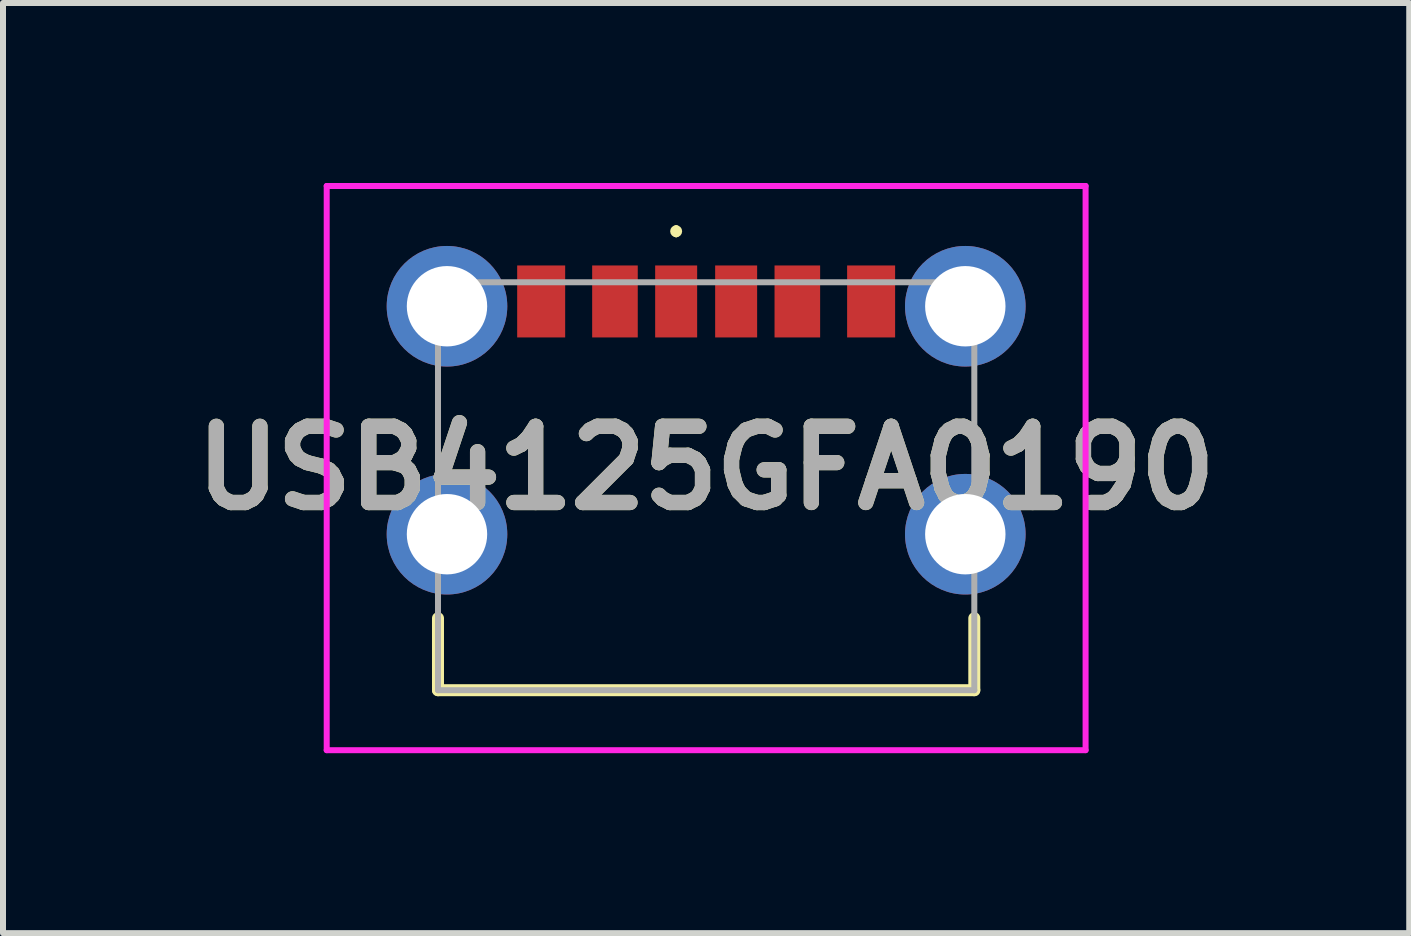
<source format=kicad_pcb>
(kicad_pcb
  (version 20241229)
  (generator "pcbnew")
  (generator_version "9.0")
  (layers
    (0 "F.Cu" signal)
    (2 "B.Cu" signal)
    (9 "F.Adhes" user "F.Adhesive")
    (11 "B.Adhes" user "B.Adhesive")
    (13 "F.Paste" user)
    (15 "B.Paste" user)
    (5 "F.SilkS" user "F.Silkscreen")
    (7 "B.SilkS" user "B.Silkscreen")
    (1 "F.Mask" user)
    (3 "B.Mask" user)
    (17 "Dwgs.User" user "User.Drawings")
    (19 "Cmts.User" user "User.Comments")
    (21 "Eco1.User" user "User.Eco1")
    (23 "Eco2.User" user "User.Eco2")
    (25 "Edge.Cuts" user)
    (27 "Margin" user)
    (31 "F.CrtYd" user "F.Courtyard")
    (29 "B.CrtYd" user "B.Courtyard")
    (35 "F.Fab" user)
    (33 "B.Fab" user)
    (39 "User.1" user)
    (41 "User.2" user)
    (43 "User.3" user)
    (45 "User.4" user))
  (footprint "USB4125GFA0190"
    (layer "F.Cu")
    (at 8.721 5.055)
    (property "Reference" "USB4125GFA0190" (at 0 -0.303 0) (layer "F.SilkS") (effects (font (size 1.27 1.27) (thickness 0.254))))
    (attr through_hole)
    (fp_line (start -4.47 2.2) (end -4.47 3.4) (stroke (width 0.2) (type solid)) (layer "F.SilkS"))
    (fp_line (start -4.47 3.4) (end 4.47 3.4) (stroke (width 0.2) (type solid)) (layer "F.SilkS"))
    (fp_line (start -0.5 -4.3) (end -0.5 -4.3) (stroke (width 0.1) (type solid)) (layer "F.SilkS"))
    (fp_line (start -0.5 -4.2) (end -0.5 -4.2) (stroke (width 0.1) (type solid)) (layer "F.SilkS"))
    (fp_line (start 4.47 3.4) (end 4.47 2.2) (stroke (width 0.2) (type solid)) (layer "F.SilkS"))
    (fp_arc (start -0.5 -4.3) (mid -0.45 -4.25) (end -0.5 -4.2) (stroke (width 0.1) (type solid)) (layer "F.SilkS"))
    (fp_arc (start -0.5 -4.2) (mid -0.55 -4.25) (end -0.5 -4.3) (stroke (width 0.1) (type solid)) (layer "F.SilkS"))
    (fp_line (start -6.325 -5.005) (end 6.325 -5.005) (stroke (width 0.1) (type solid)) (layer "F.CrtYd"))
    (fp_line (start -6.325 4.4) (end -6.325 -5.005) (stroke (width 0.1) (type solid)) (layer "F.CrtYd"))
    (fp_line (start 6.325 -5.005) (end 6.325 4.4) (stroke (width 0.1) (type solid)) (layer "F.CrtYd"))
    (fp_line (start 6.325 4.4) (end -6.325 4.4) (stroke (width 0.1) (type solid)) (layer "F.CrtYd"))
    (fp_line (start -4.47 -3.4) (end 4.47 -3.4) (stroke (width 0.1) (type solid)) (layer "F.Fab"))
    (fp_line (start -4.47 3.4) (end -4.47 -3.4) (stroke (width 0.1) (type solid)) (layer "F.Fab"))
    (fp_line (start 4.47 -3.4) (end 4.47 3.4) (stroke (width 0.1) (type solid)) (layer "F.Fab"))
    (fp_line (start 4.47 3.4) (end -4.47 3.4) (stroke (width 0.1) (type solid)) (layer "F.Fab"))
    (fp_text user "${REFERENCE}" (at 0 -0.303 0) (layer "F.Fab") (effects (font (size 1.27 1.27) (thickness 0.254))))
    (pad "A5" smd rect (at -0.5 -3.08) (size 0.7 1.2) (layers "F.Cu" "F.Mask" "F.Paste"))
    (pad "A9" smd rect (at 1.52 -3.08) (size 0.76 1.2) (layers "F.Cu" "F.Mask" "F.Paste"))
    (pad "A12" smd rect (at 2.75 -3.08) (size 0.8 1.2) (layers "F.Cu" "F.Mask" "F.Paste"))
    (pad "B5" smd rect (at 0.5 -3.08) (size 0.7 1.2) (layers "F.Cu" "F.Mask" "F.Paste"))
    (pad "B9" smd rect (at -1.52 -3.08) (size 0.76 1.2) (layers "F.Cu" "F.Mask" "F.Paste"))
    (pad "B12" smd rect (at -2.75 -3.08) (size 0.8 1.2) (layers "F.Cu" "F.Mask" "F.Paste"))
    (pad "MH1" thru_hole circle (at -4.32 -3) (size 2.01 2.01) (drill 1.34) (layers "*.Cu" "*.Mask"))
    (pad "MH2" thru_hole circle (at -4.32 0.8) (size 2.01 2.01) (drill 1.34) (layers "*.Cu" "*.Mask"))
    (pad "MH3" thru_hole circle (at 4.32 0.8) (size 2.01 2.01) (drill 1.34) (layers "*.Cu" "*.Mask"))
    (pad "MH4" thru_hole circle (at 4.32 -3) (size 2.01 2.01) (drill 1.34) (layers "*.Cu" "*.Mask")))
  (gr_rect
    (start -3 -3)
    (end 20.441 12.505)
    (stroke (width 0.1) (type default))
    (fill no)
    (layer "Edge.Cuts")))
</source>
